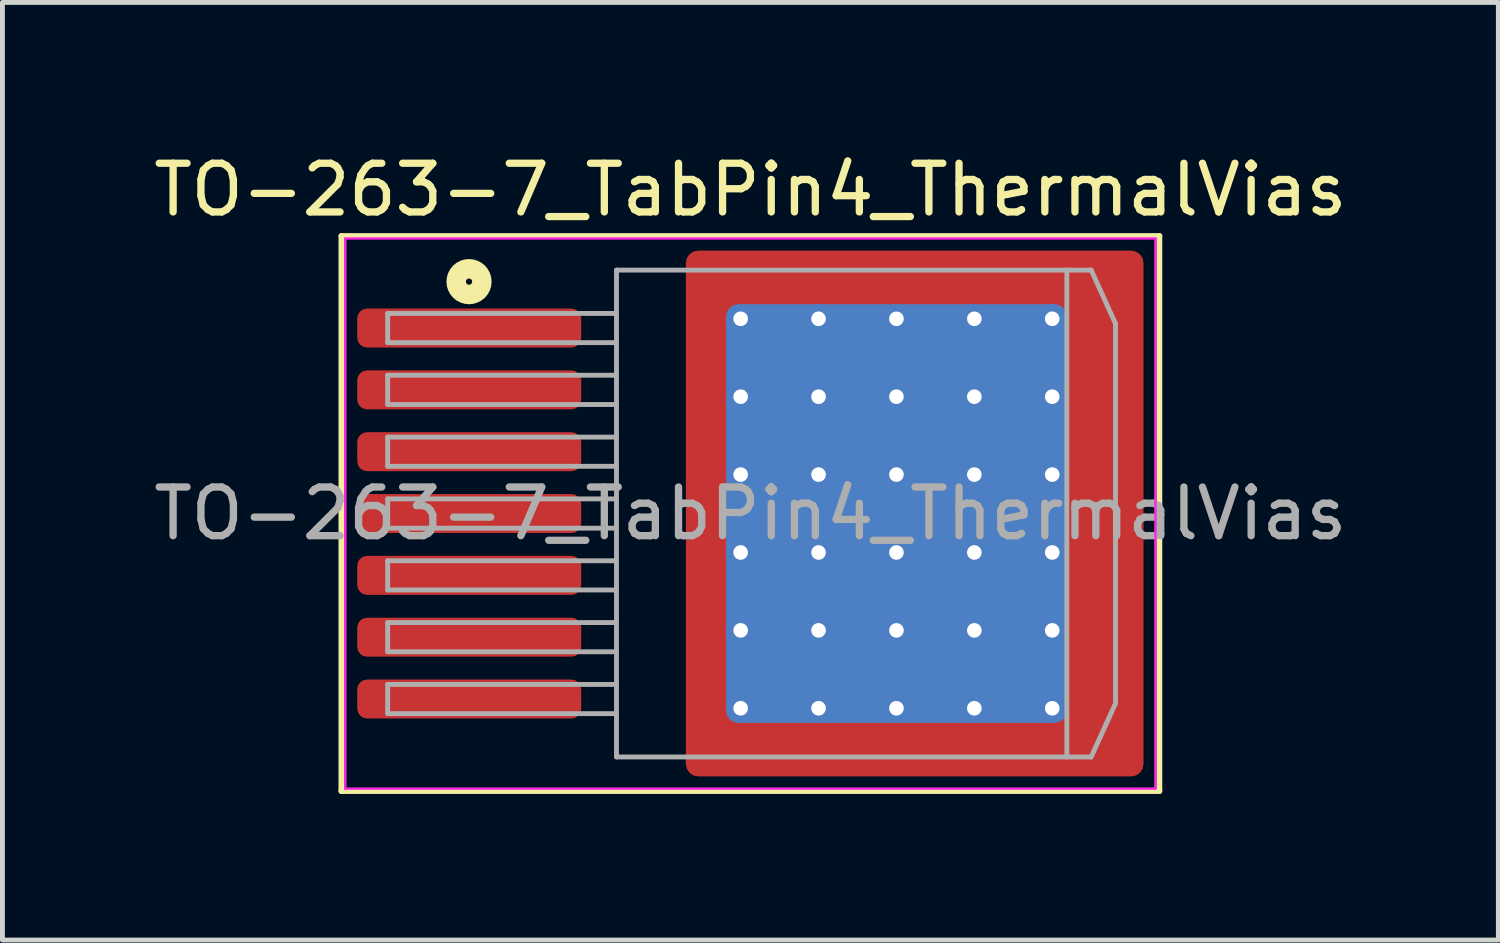
<source format=kicad_pcb>
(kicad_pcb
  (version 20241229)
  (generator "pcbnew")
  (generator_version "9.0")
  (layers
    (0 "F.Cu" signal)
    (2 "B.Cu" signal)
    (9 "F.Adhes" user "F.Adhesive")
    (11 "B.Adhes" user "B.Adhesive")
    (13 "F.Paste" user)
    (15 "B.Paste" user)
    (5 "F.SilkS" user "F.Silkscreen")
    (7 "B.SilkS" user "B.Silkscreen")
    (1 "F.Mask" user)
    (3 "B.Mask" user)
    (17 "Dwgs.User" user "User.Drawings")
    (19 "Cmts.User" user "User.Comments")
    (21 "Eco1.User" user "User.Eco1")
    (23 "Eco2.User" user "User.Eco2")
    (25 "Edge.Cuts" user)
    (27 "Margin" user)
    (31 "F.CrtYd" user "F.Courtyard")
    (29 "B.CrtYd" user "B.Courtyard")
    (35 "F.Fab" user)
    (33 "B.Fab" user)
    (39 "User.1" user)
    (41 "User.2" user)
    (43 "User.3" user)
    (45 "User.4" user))
  (footprint "TO-263-7_TabPin4_ThermalVias"
    (layer "F.Cu")
    (at 12.363 7.498)
    (property "Reference" "TO-263-7_TabPin4_ThermalVias" (at 0 -6.65 0) (layer "F.SilkS") (effects (font (size 1 1) (thickness 0.15))))
    (attr smd)
    (fp_line (start -8.4 -5.7) (end -8.4 5.7) (stroke (width 0.12) (type solid)) (layer "F.SilkS"))
    (fp_line (start -8.4 5.7) (end 8.4 5.7) (stroke (width 0.12) (type solid)) (layer "F.SilkS"))
    (fp_line (start 8.4 -5.7) (end -8.4 -5.7) (stroke (width 0.12) (type solid)) (layer "F.SilkS"))
    (fp_line (start 8.4 5.7) (end 8.4 -5.7) (stroke (width 0.12) (type solid)) (layer "F.SilkS"))
    (fp_circle (center -5.779 -4.763) (end -5.715 -4.763) (stroke (width 0.4) (type solid)) (fill no) (layer "F.SilkS"))
    (fp_line (start -8.32 -5.65) (end -8.32 5.65) (stroke (width 0.05) (type solid)) (layer "F.CrtYd"))
    (fp_line (start -8.32 5.65) (end 8.32 5.65) (stroke (width 0.05) (type solid)) (layer "F.CrtYd"))
    (fp_line (start 8.32 -5.65) (end -8.32 -5.65) (stroke (width 0.05) (type solid)) (layer "F.CrtYd"))
    (fp_line (start 8.32 5.65) (end 8.32 -5.65) (stroke (width 0.05) (type solid)) (layer "F.CrtYd"))
    (fp_line (start -7.45 -4.11) (end -7.45 -3.51) (stroke (width 0.1) (type solid)) (layer "F.Fab"))
    (fp_line (start -7.45 -3.51) (end -2.75 -3.51) (stroke (width 0.1) (type solid)) (layer "F.Fab"))
    (fp_line (start -7.45 -2.84) (end -7.45 -2.24) (stroke (width 0.1) (type solid)) (layer "F.Fab"))
    (fp_line (start -7.45 -2.24) (end -2.75 -2.24) (stroke (width 0.1) (type solid)) (layer "F.Fab"))
    (fp_line (start -7.45 -1.57) (end -7.45 -0.97) (stroke (width 0.1) (type solid)) (layer "F.Fab"))
    (fp_line (start -7.45 -0.97) (end -2.75 -0.97) (stroke (width 0.1) (type solid)) (layer "F.Fab"))
    (fp_line (start -7.45 -0.3) (end -7.45 0.3) (stroke (width 0.1) (type solid)) (layer "F.Fab"))
    (fp_line (start -7.45 0.3) (end -2.75 0.3) (stroke (width 0.1) (type solid)) (layer "F.Fab"))
    (fp_line (start -7.45 0.97) (end -7.45 1.57) (stroke (width 0.1) (type solid)) (layer "F.Fab"))
    (fp_line (start -7.45 1.57) (end -2.75 1.57) (stroke (width 0.1) (type solid)) (layer "F.Fab"))
    (fp_line (start -7.45 2.24) (end -7.45 2.84) (stroke (width 0.1) (type solid)) (layer "F.Fab"))
    (fp_line (start -7.45 2.84) (end -2.75 2.84) (stroke (width 0.1) (type solid)) (layer "F.Fab"))
    (fp_line (start -7.45 3.51) (end -7.45 4.11) (stroke (width 0.1) (type solid)) (layer "F.Fab"))
    (fp_line (start -7.45 4.11) (end -2.75 4.11) (stroke (width 0.1) (type solid)) (layer "F.Fab"))
    (fp_line (start -2.75 -5) (end 6.5 -5) (stroke (width 0.1) (type solid)) (layer "F.Fab"))
    (fp_line (start -2.75 -4.11) (end -7.45 -4.11) (stroke (width 0.1) (type solid)) (layer "F.Fab"))
    (fp_line (start -2.75 -2.84) (end -7.45 -2.84) (stroke (width 0.1) (type solid)) (layer "F.Fab"))
    (fp_line (start -2.75 -1.57) (end -7.45 -1.57) (stroke (width 0.1) (type solid)) (layer "F.Fab"))
    (fp_line (start -2.75 -0.3) (end -7.45 -0.3) (stroke (width 0.1) (type solid)) (layer "F.Fab"))
    (fp_line (start -2.75 0.97) (end -7.45 0.97) (stroke (width 0.1) (type solid)) (layer "F.Fab"))
    (fp_line (start -2.75 2.24) (end -7.45 2.24) (stroke (width 0.1) (type solid)) (layer "F.Fab"))
    (fp_line (start -2.75 3.51) (end -7.45 3.51) (stroke (width 0.1) (type solid)) (layer "F.Fab"))
    (fp_line (start -2.75 5) (end -2.75 -5) (stroke (width 0.1) (type solid)) (layer "F.Fab"))
    (fp_line (start 6.5 -5) (end 6.5 5) (stroke (width 0.1) (type solid)) (layer "F.Fab"))
    (fp_line (start 6.5 -5) (end 7 -5) (stroke (width 0.1) (type solid)) (layer "F.Fab"))
    (fp_line (start 6.5 5) (end -2.75 5) (stroke (width 0.1) (type solid)) (layer "F.Fab"))
    (fp_line (start 6.5 5) (end 7 5) (stroke (width 0.1) (type solid)) (layer "F.Fab"))
    (fp_line (start 7 -5) (end 7.5 -3.9) (stroke (width 0.1) (type solid)) (layer "F.Fab"))
    (fp_line (start 7 5) (end 7.5 3.9) (stroke (width 0.1) (type solid)) (layer "F.Fab"))
    (fp_line (start 7.5 -3.9) (end 7.5 3.9) (stroke (width 0.1) (type solid)) (layer "F.Fab"))
    (fp_text user "${REFERENCE}" (at 0 0 0) (layer "F.Fab") (effects (font (size 1 1) (thickness 0.15))))
    (pad "" smd roundrect (at -0.75 -4.65 90) (size 1.1 0.9) (layers "F.Paste") (roundrect_rratio 0.25))
    (pad "" smd roundrect (at -0.75 -3.2 90) (size 1.4 0.9) (layers "F.Paste") (roundrect_rratio 0.25))
    (pad "" smd roundrect (at -0.75 -1.6 90) (size 1.4 0.9) (layers "F.Paste") (roundrect_rratio 0.25))
    (pad "" smd roundrect (at -0.75 0 90) (size 1.4 0.9) (layers "F.Paste") (roundrect_rratio 0.25))
    (pad "" smd roundrect (at -0.75 1.6 90) (size 1.4 0.9) (layers "F.Paste") (roundrect_rratio 0.25))
    (pad "" smd roundrect (at -0.75 3.2 90) (size 1.4 0.9) (layers "F.Paste") (roundrect_rratio 0.25))
    (pad "" smd roundrect (at -0.75 4.65 90) (size 1.1 0.9) (layers "F.Paste") (roundrect_rratio 0.25))
    (pad "" smd roundrect (at 0.6 -4.65) (size 1.4 1.1) (layers "F.Paste") (roundrect_rratio 0.227))
    (pad "" smd roundrect (at 0.6 -3.2) (size 1.4 1.4) (layers "F.Paste") (roundrect_rratio 0.179))
    (pad "" smd roundrect (at 0.6 -1.6) (size 1.4 1.4) (layers "F.Paste") (roundrect_rratio 0.179))
    (pad "" smd roundrect (at 0.6 0) (size 1.4 1.4) (layers "F.Paste") (roundrect_rratio 0.179))
    (pad "" smd roundrect (at 0.6 1.6) (size 1.4 1.4) (layers "F.Paste") (roundrect_rratio 0.179))
    (pad "" smd roundrect (at 0.6 3.2) (size 1.4 1.4) (layers "F.Paste") (roundrect_rratio 0.179))
    (pad "" smd roundrect (at 0.6 4.65) (size 1.4 1.1) (layers "F.Paste") (roundrect_rratio 0.227))
    (pad "" smd roundrect (at 2.2 -4.65) (size 1.4 1.1) (layers "F.Paste") (roundrect_rratio 0.227))
    (pad "" smd roundrect (at 2.2 -3.2) (size 1.4 1.4) (layers "F.Paste") (roundrect_rratio 0.179))
    (pad "" smd roundrect (at 2.2 -1.6) (size 1.4 1.4) (layers "F.Paste") (roundrect_rratio 0.179))
    (pad "" smd roundrect (at 2.2 0) (size 1.4 1.4) (layers "F.Paste") (roundrect_rratio 0.179))
    (pad "" smd roundrect (at 2.2 1.6) (size 1.4 1.4) (layers "F.Paste") (roundrect_rratio 0.179))
    (pad "" smd roundrect (at 2.2 3.2) (size 1.4 1.4) (layers "F.Paste") (roundrect_rratio 0.179))
    (pad "" smd roundrect (at 2.2 4.65) (size 1.4 1.1) (layers "F.Paste") (roundrect_rratio 0.227))
    (pad "" smd roundrect (at 3.8 -4.65) (size 1.4 1.1) (layers "F.Paste") (roundrect_rratio 0.227))
    (pad "" smd roundrect (at 3.8 -3.2) (size 1.4 1.4) (layers "F.Paste") (roundrect_rratio 0.179))
    (pad "" smd roundrect (at 3.8 -1.6) (size 1.4 1.4) (layers "F.Paste") (roundrect_rratio 0.179))
    (pad "" smd roundrect (at 3.8 0) (size 1.4 1.4) (layers "F.Paste") (roundrect_rratio 0.179))
    (pad "" smd roundrect (at 3.8 1.6) (size 1.4 1.4) (layers "F.Paste") (roundrect_rratio 0.179))
    (pad "" smd roundrect (at 3.8 3.2) (size 1.4 1.4) (layers "F.Paste") (roundrect_rratio 0.179))
    (pad "" smd roundrect (at 3.8 4.65) (size 1.4 1.1) (layers "F.Paste") (roundrect_rratio 0.227))
    (pad "" smd roundrect (at 5.45 -4.65) (size 1.4 1.1) (layers "F.Paste") (roundrect_rratio 0.227))
    (pad "" smd roundrect (at 5.45 -3.2) (size 1.4 1.4) (layers "F.Paste") (roundrect_rratio 0.179))
    (pad "" smd roundrect (at 5.45 -1.6) (size 1.4 1.4) (layers "F.Paste") (roundrect_rratio 0.179))
    (pad "" smd roundrect (at 5.45 0) (size 1.4 1.4) (layers "F.Paste") (roundrect_rratio 0.179))
    (pad "" smd roundrect (at 5.45 1.6) (size 1.4 1.4) (layers "F.Paste") (roundrect_rratio 0.179))
    (pad "" smd roundrect (at 5.45 3.2) (size 1.4 1.4) (layers "F.Paste") (roundrect_rratio 0.179))
    (pad "" smd roundrect (at 5.45 4.65) (size 1.4 1.1) (layers "F.Paste") (roundrect_rratio 0.227))
    (pad "" smd roundrect (at 7.05 -4.65) (size 1.4 1.1) (layers "F.Paste") (roundrect_rratio 0.227))
    (pad "" smd roundrect (at 7.05 -3.2) (size 1.4 1.4) (layers "F.Paste") (roundrect_rratio 0.179))
    (pad "" smd roundrect (at 7.05 -1.6) (size 1.4 1.4) (layers "F.Paste") (roundrect_rratio 0.179))
    (pad "" smd roundrect (at 7.05 0) (size 1.4 1.4) (layers "F.Paste") (roundrect_rratio 0.179))
    (pad "" smd roundrect (at 7.05 1.6) (size 1.4 1.4) (layers "F.Paste") (roundrect_rratio 0.179))
    (pad "" smd roundrect (at 7.05 3.2) (size 1.4 1.4) (layers "F.Paste") (roundrect_rratio 0.179))
    (pad "" smd roundrect (at 7.05 4.65) (size 1.4 1.1) (layers "F.Paste") (roundrect_rratio 0.227))
    (pad "1" smd roundrect (at -5.775 -3.81) (size 4.6 0.8) (layers "F.Cu" "F.Mask" "F.Paste") (roundrect_rratio 0.25))
    (pad "2" smd roundrect (at -5.775 -2.54) (size 4.6 0.8) (layers "F.Cu" "F.Mask" "F.Paste") (roundrect_rratio 0.25))
    (pad "3" smd roundrect (at -5.775 -1.27) (size 4.6 0.8) (layers "F.Cu" "F.Mask" "F.Paste") (roundrect_rratio 0.25))
    (pad "4" smd roundrect (at -5.775 0) (size 4.6 0.8) (layers "F.Cu" "F.Mask" "F.Paste") (roundrect_rratio 0.25))
    (pad "4" thru_hole circle (at -0.2 -4) (size 0.6 0.6) (drill 0.3) (property pad_prop_heatsink) (layers "*.Cu"))
    (pad "4" thru_hole circle (at -0.2 -2.4) (size 0.6 0.6) (drill 0.3) (property pad_prop_heatsink) (layers "*.Cu"))
    (pad "4" thru_hole circle (at -0.2 -0.8) (size 0.6 0.6) (drill 0.3) (property pad_prop_heatsink) (layers "*.Cu"))
    (pad "4" thru_hole circle (at -0.2 0.8) (size 0.6 0.6) (drill 0.3) (property pad_prop_heatsink) (layers "*.Cu"))
    (pad "4" thru_hole circle (at -0.2 2.4) (size 0.6 0.6) (drill 0.3) (property pad_prop_heatsink) (layers "*.Cu"))
    (pad "4" thru_hole circle (at -0.2 4) (size 0.6 0.6) (drill 0.3) (property pad_prop_heatsink) (layers "*.Cu"))
    (pad "4" thru_hole circle (at 1.4 -4) (size 0.6 0.6) (drill 0.3) (property pad_prop_heatsink) (layers "*.Cu"))
    (pad "4" thru_hole circle (at 1.4 -2.4) (size 0.6 0.6) (drill 0.3) (property pad_prop_heatsink) (layers "*.Cu"))
    (pad "4" thru_hole circle (at 1.4 -0.8) (size 0.6 0.6) (drill 0.3) (property pad_prop_heatsink) (layers "*.Cu"))
    (pad "4" thru_hole circle (at 1.4 0.8) (size 0.6 0.6) (drill 0.3) (property pad_prop_heatsink) (layers "*.Cu"))
    (pad "4" thru_hole circle (at 1.4 2.4) (size 0.6 0.6) (drill 0.3) (property pad_prop_heatsink) (layers "*.Cu"))
    (pad "4" thru_hole circle (at 1.4 4) (size 0.6 0.6) (drill 0.3) (property pad_prop_heatsink) (layers "*.Cu"))
    (pad "4" thru_hole circle (at 3 -4) (size 0.6 0.6) (drill 0.3) (property pad_prop_heatsink) (layers "*.Cu"))
    (pad "4" thru_hole circle (at 3 -2.4) (size 0.6 0.6) (drill 0.3) (property pad_prop_heatsink) (layers "*.Cu"))
    (pad "4" thru_hole circle (at 3 -0.8) (size 0.6 0.6) (drill 0.3) (property pad_prop_heatsink) (layers "*.Cu"))
    (pad "4" smd roundrect (at 3 0) (size 7 8.6) (layers "B.Cu" "B.Mask") (roundrect_rratio 0.036))
    (pad "4" thru_hole circle (at 3 0.8) (size 0.6 0.6) (drill 0.3) (property pad_prop_heatsink) (layers "*.Cu"))
    (pad "4" thru_hole circle (at 3 2.4) (size 0.6 0.6) (drill 0.3) (property pad_prop_heatsink) (layers "*.Cu"))
    (pad "4" thru_hole circle (at 3 4) (size 0.6 0.6) (drill 0.3) (property pad_prop_heatsink) (layers "*.Cu"))
    (pad "4" smd roundrect (at 3.375 0) (size 9.4 10.8) (layers "F.Cu" "F.Mask") (roundrect_rratio 0.027))
    (pad "4" thru_hole circle (at 4.6 -4) (size 0.6 0.6) (drill 0.3) (property pad_prop_heatsink) (layers "*.Cu"))
    (pad "4" thru_hole circle (at 4.6 -2.4) (size 0.6 0.6) (drill 0.3) (property pad_prop_heatsink) (layers "*.Cu"))
    (pad "4" thru_hole circle (at 4.6 -0.8) (size 0.6 0.6) (drill 0.3) (property pad_prop_heatsink) (layers "*.Cu"))
    (pad "4" thru_hole circle (at 4.6 0.8) (size 0.6 0.6) (drill 0.3) (property pad_prop_heatsink) (layers "*.Cu"))
    (pad "4" thru_hole circle (at 4.6 2.4) (size 0.6 0.6) (drill 0.3) (property pad_prop_heatsink) (layers "*.Cu"))
    (pad "4" thru_hole circle (at 4.6 4) (size 0.6 0.6) (drill 0.3) (property pad_prop_heatsink) (layers "*.Cu"))
    (pad "4" thru_hole circle (at 6.2 -4) (size 0.6 0.6) (drill 0.3) (property pad_prop_heatsink) (layers "*.Cu"))
    (pad "4" thru_hole circle (at 6.2 -2.4) (size 0.6 0.6) (drill 0.3) (property pad_prop_heatsink) (layers "*.Cu"))
    (pad "4" thru_hole circle (at 6.2 -0.8) (size 0.6 0.6) (drill 0.3) (property pad_prop_heatsink) (layers "*.Cu"))
    (pad "4" thru_hole circle (at 6.2 0.8) (size 0.6 0.6) (drill 0.3) (property pad_prop_heatsink) (layers "*.Cu"))
    (pad "4" thru_hole circle (at 6.2 2.4) (size 0.6 0.6) (drill 0.3) (property pad_prop_heatsink) (layers "*.Cu"))
    (pad "4" thru_hole circle (at 6.2 4) (size 0.6 0.6) (drill 0.3) (property pad_prop_heatsink) (layers "*.Cu"))
    (pad "5" smd roundrect (at -5.775 1.27) (size 4.6 0.8) (layers "F.Cu" "F.Mask" "F.Paste") (roundrect_rratio 0.25))
    (pad "6" smd roundrect (at -5.775 2.54) (size 4.6 0.8) (layers "F.Cu" "F.Mask" "F.Paste") (roundrect_rratio 0.25))
    (pad "7" smd roundrect (at -5.775 3.81) (size 4.6 0.8) (layers "F.Cu" "F.Mask" "F.Paste") (roundrect_rratio 0.25)))
  (gr_rect
    (start -3 -3)
    (end 27.726 16.258)
    (stroke (width 0.1) (type default))
    (fill no)
    (layer "Edge.Cuts")))
</source>
